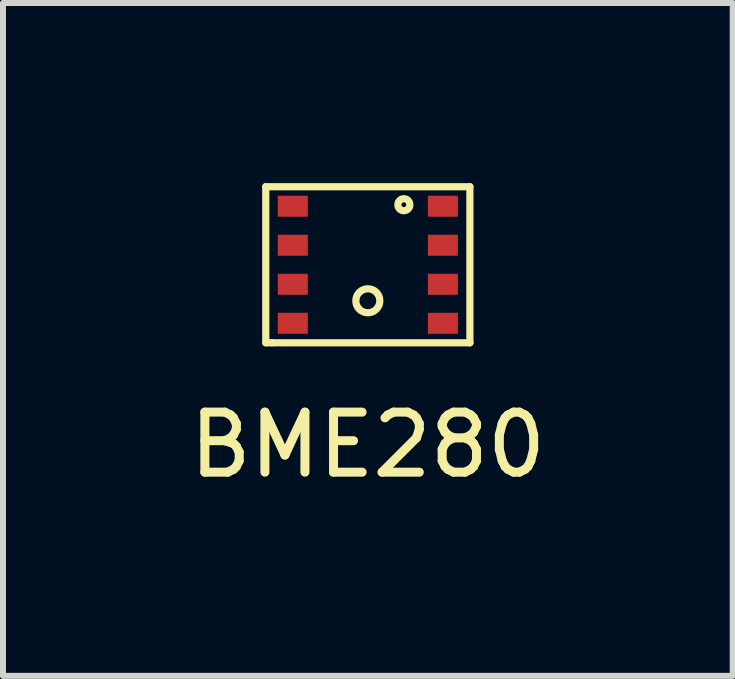
<source format=kicad_pcb>
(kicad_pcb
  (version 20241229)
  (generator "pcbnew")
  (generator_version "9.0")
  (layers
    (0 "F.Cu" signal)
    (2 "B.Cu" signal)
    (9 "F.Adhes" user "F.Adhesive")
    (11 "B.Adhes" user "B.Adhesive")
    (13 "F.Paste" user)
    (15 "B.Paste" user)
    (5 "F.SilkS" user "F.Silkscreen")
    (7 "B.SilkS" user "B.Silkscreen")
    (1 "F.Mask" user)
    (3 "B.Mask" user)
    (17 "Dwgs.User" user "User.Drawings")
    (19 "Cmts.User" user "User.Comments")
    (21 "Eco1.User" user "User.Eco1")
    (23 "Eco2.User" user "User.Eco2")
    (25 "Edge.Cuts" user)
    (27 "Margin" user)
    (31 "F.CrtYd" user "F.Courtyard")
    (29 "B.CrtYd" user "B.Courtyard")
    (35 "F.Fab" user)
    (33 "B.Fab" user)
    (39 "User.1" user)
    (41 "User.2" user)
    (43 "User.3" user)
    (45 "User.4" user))
  (footprint "BME280"
    (layer "F.Cu")
    (at 3.077 1.36)
    (property "Reference" "BME280" (at 0 3 0) (layer "F.SilkS") (effects (font (size 1 1) (thickness 0.15))))
    (attr through_hole)
    (fp_line (start -1.7 -1.3) (end -1.7 1.3) (stroke (width 0.12) (type solid)) (layer "F.SilkS"))
    (fp_line (start -1.7 -1.3) (end 1.7 -1.3) (stroke (width 0.12) (type solid)) (layer "F.SilkS"))
    (fp_line (start -1.7 1.3) (end -1.6 1.3) (stroke (width 0.12) (type solid)) (layer "F.SilkS"))
    (fp_line (start 1.7 -1.3) (end 1.7 1.3) (stroke (width 0.12) (type solid)) (layer "F.SilkS"))
    (fp_line (start 1.7 1.3) (end -1.6 1.3) (stroke (width 0.12) (type solid)) (layer "F.SilkS"))
    (fp_circle (center 0 0.6) (end 0.2 0.6) (stroke (width 0.12) (type solid)) (fill no) (layer "F.SilkS"))
    (fp_circle (center 0.6 -1) (end 0.7 -1) (stroke (width 0.12) (type solid)) (fill no) (layer "F.SilkS"))
    (pad "1" smd rect (at 1.25 -0.975) (size 0.5 0.35) (layers "F.Cu" "F.Mask" "F.Paste"))
    (pad "2" smd rect (at 1.25 -0.325) (size 0.5 0.35) (layers "F.Cu" "F.Mask" "F.Paste"))
    (pad "3" smd rect (at 1.25 0.325) (size 0.5 0.35) (layers "F.Cu" "F.Mask" "F.Paste"))
    (pad "4" smd rect (at 1.25 0.975) (size 0.5 0.35) (layers "F.Cu" "F.Mask" "F.Paste"))
    (pad "5" smd rect (at -1.25 0.975) (size 0.5 0.35) (layers "F.Cu" "F.Mask" "F.Paste"))
    (pad "6" smd rect (at -1.25 0.325) (size 0.5 0.35) (layers "F.Cu" "F.Mask" "F.Paste"))
    (pad "7" smd rect (at -1.25 -0.325) (size 0.5 0.35) (layers "F.Cu" "F.Mask" "F.Paste"))
    (pad "8" smd rect (at -1.25 -0.975) (size 0.5 0.35) (layers "F.Cu" "F.Mask" "F.Paste")))
  (gr_rect
    (start -3 -3)
    (end 9.155 8.208)
    (stroke (width 0.1) (type default))
    (fill no)
    (layer "Edge.Cuts")))
</source>
